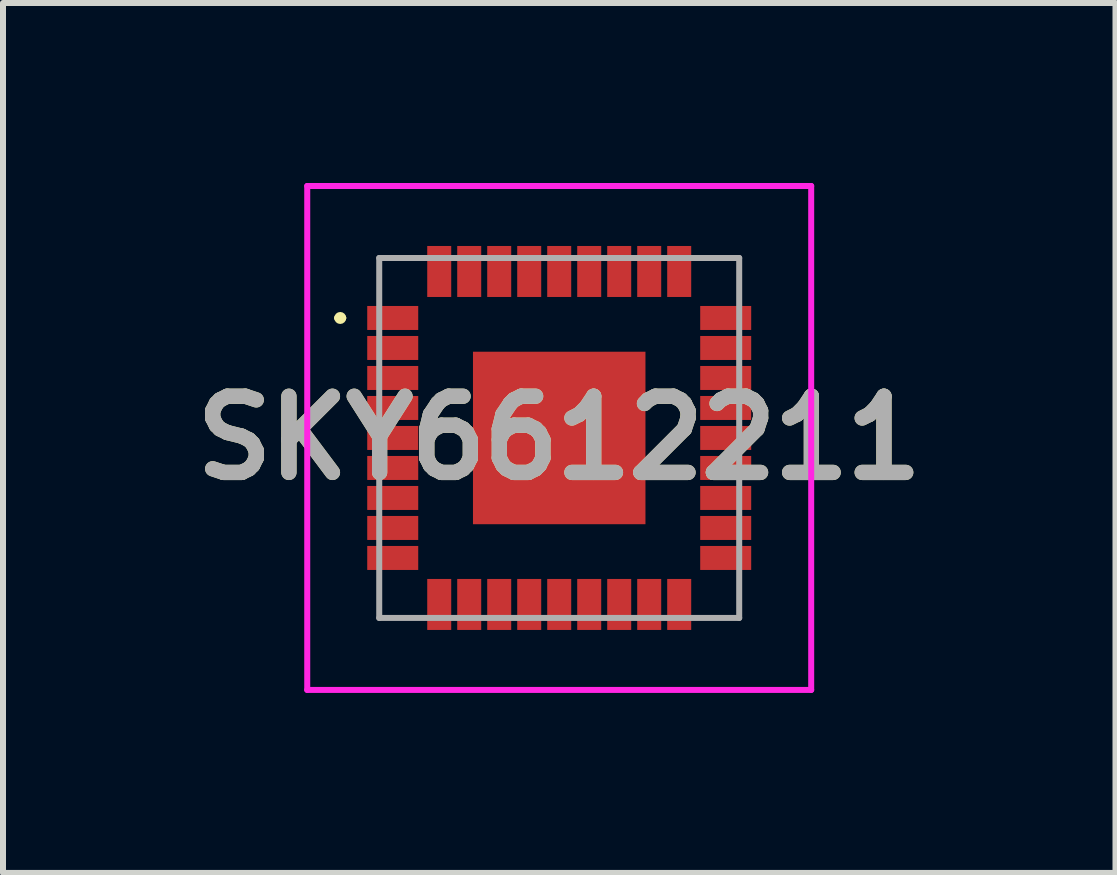
<source format=kicad_pcb>
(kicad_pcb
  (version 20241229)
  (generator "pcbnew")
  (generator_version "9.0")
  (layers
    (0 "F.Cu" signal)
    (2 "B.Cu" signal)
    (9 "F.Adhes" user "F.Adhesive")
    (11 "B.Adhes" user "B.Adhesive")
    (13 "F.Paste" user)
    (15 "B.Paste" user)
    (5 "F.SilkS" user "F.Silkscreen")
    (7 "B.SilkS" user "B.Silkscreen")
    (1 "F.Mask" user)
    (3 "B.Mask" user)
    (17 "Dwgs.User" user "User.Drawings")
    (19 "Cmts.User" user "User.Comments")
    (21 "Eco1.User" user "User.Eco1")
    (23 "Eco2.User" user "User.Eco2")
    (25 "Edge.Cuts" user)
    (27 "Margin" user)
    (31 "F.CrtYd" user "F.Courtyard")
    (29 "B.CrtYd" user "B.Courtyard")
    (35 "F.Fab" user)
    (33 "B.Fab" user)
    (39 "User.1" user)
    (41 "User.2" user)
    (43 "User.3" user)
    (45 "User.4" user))
  (footprint "SKY6612211"
    (layer "F.Cu")
    (at 6.271 4.25)
    (property "Reference" "SKY6612211" (at 0 0 0) (layer "F.SilkS") (effects (font (size 1.27 1.27) (thickness 0.254))))
    (attr smd)
    (fp_line (start -3.7 -2) (end -3.7 -2) (stroke (width 0.1) (type solid)) (layer "F.SilkS"))
    (fp_line (start -3.6 -2) (end -3.6 -2) (stroke (width 0.1) (type solid)) (layer "F.SilkS"))
    (fp_arc (start -3.7 -2) (mid -3.65 -2.05) (end -3.6 -2) (stroke (width 0.1) (type solid)) (layer "F.SilkS"))
    (fp_arc (start -3.6 -2) (mid -3.65 -1.95) (end -3.7 -2) (stroke (width 0.1) (type solid)) (layer "F.SilkS"))
    (fp_line (start -4.2 -4.2) (end 4.2 -4.2) (stroke (width 0.1) (type solid)) (layer "F.CrtYd"))
    (fp_line (start -4.2 4.2) (end -4.2 -4.2) (stroke (width 0.1) (type solid)) (layer "F.CrtYd"))
    (fp_line (start 4.2 -4.2) (end 4.2 4.2) (stroke (width 0.1) (type solid)) (layer "F.CrtYd"))
    (fp_line (start 4.2 4.2) (end -4.2 4.2) (stroke (width 0.1) (type solid)) (layer "F.CrtYd"))
    (fp_line (start -3 -3) (end 3 -3) (stroke (width 0.1) (type solid)) (layer "F.Fab"))
    (fp_line (start -3 3) (end -3 -3) (stroke (width 0.1) (type solid)) (layer "F.Fab"))
    (fp_line (start 3 -3) (end 3 3) (stroke (width 0.1) (type solid)) (layer "F.Fab"))
    (fp_line (start 3 3) (end -3 3) (stroke (width 0.1) (type solid)) (layer "F.Fab"))
    (fp_text user "${REFERENCE}" (at 0 0 0) (layer "F.Fab") (effects (font (size 1.27 1.27) (thickness 0.254))))
    (pad "1" smd rect (at -2.775 -2 90) (size 0.4 0.85) (layers "F.Cu" "F.Mask" "F.Paste"))
    (pad "2" smd rect (at -2.775 -1.5 90) (size 0.4 0.85) (layers "F.Cu" "F.Mask" "F.Paste"))
    (pad "3" smd rect (at -2.775 -1 90) (size 0.4 0.85) (layers "F.Cu" "F.Mask" "F.Paste"))
    (pad "4" smd rect (at -2.775 -0.5 90) (size 0.4 0.85) (layers "F.Cu" "F.Mask" "F.Paste"))
    (pad "5" smd rect (at -2.775 0 90) (size 0.4 0.85) (layers "F.Cu" "F.Mask" "F.Paste"))
    (pad "6" smd rect (at -2.775 0.5 90) (size 0.4 0.85) (layers "F.Cu" "F.Mask" "F.Paste"))
    (pad "7" smd rect (at -2.775 1 90) (size 0.4 0.85) (layers "F.Cu" "F.Mask" "F.Paste"))
    (pad "8" smd rect (at -2.775 1.5 90) (size 0.4 0.85) (layers "F.Cu" "F.Mask" "F.Paste"))
    (pad "9" smd rect (at -2.775 2 90) (size 0.4 0.85) (layers "F.Cu" "F.Mask" "F.Paste"))
    (pad "10" smd rect (at -2 2.775) (size 0.4 0.85) (layers "F.Cu" "F.Mask" "F.Paste"))
    (pad "11" smd rect (at -1.5 2.775) (size 0.4 0.85) (layers "F.Cu" "F.Mask" "F.Paste"))
    (pad "12" smd rect (at -1 2.775) (size 0.4 0.85) (layers "F.Cu" "F.Mask" "F.Paste"))
    (pad "13" smd rect (at -0.5 2.775) (size 0.4 0.85) (layers "F.Cu" "F.Mask" "F.Paste"))
    (pad "14" smd rect (at 0 2.775) (size 0.4 0.85) (layers "F.Cu" "F.Mask" "F.Paste"))
    (pad "15" smd rect (at 0.5 2.775) (size 0.4 0.85) (layers "F.Cu" "F.Mask" "F.Paste"))
    (pad "16" smd rect (at 1 2.775) (size 0.4 0.85) (layers "F.Cu" "F.Mask" "F.Paste"))
    (pad "17" smd rect (at 1.5 2.775) (size 0.4 0.85) (layers "F.Cu" "F.Mask" "F.Paste"))
    (pad "18" smd rect (at 2 2.775) (size 0.4 0.85) (layers "F.Cu" "F.Mask" "F.Paste"))
    (pad "19" smd rect (at 2.775 2 90) (size 0.4 0.85) (layers "F.Cu" "F.Mask" "F.Paste"))
    (pad "20" smd rect (at 2.775 1.5 90) (size 0.4 0.85) (layers "F.Cu" "F.Mask" "F.Paste"))
    (pad "21" smd rect (at 2.775 1 90) (size 0.4 0.85) (layers "F.Cu" "F.Mask" "F.Paste"))
    (pad "22" smd rect (at 2.775 0.5 90) (size 0.4 0.85) (layers "F.Cu" "F.Mask" "F.Paste"))
    (pad "23" smd rect (at 2.775 0 90) (size 0.4 0.85) (layers "F.Cu" "F.Mask" "F.Paste"))
    (pad "24" smd rect (at 2.775 -0.5 90) (size 0.4 0.85) (layers "F.Cu" "F.Mask" "F.Paste"))
    (pad "25" smd rect (at 2.775 -1 90) (size 0.4 0.85) (layers "F.Cu" "F.Mask" "F.Paste"))
    (pad "26" smd rect (at 2.775 -1.5 90) (size 0.4 0.85) (layers "F.Cu" "F.Mask" "F.Paste"))
    (pad "27" smd rect (at 2.775 -2 90) (size 0.4 0.85) (layers "F.Cu" "F.Mask" "F.Paste"))
    (pad "28" smd rect (at 2 -2.775) (size 0.4 0.85) (layers "F.Cu" "F.Mask" "F.Paste"))
    (pad "29" smd rect (at 1.5 -2.775) (size 0.4 0.85) (layers "F.Cu" "F.Mask" "F.Paste"))
    (pad "30" smd rect (at 1 -2.775) (size 0.4 0.85) (layers "F.Cu" "F.Mask" "F.Paste"))
    (pad "31" smd rect (at 0.5 -2.775) (size 0.4 0.85) (layers "F.Cu" "F.Mask" "F.Paste"))
    (pad "32" smd rect (at 0 -2.775) (size 0.4 0.85) (layers "F.Cu" "F.Mask" "F.Paste"))
    (pad "33" smd rect (at -0.5 -2.775) (size 0.4 0.85) (layers "F.Cu" "F.Mask" "F.Paste"))
    (pad "34" smd rect (at -1 -2.775) (size 0.4 0.85) (layers "F.Cu" "F.Mask" "F.Paste"))
    (pad "35" smd rect (at -1.5 -2.775) (size 0.4 0.85) (layers "F.Cu" "F.Mask" "F.Paste"))
    (pad "36" smd rect (at -2 -2.775) (size 0.4 0.85) (layers "F.Cu" "F.Mask" "F.Paste"))
    (pad "37" smd rect (at 0 0) (size 2.875 2.875) (layers "F.Cu" "F.Mask" "F.Paste")))
  (gr_rect
    (start -3 -3)
    (end 15.543 11.5)
    (stroke (width 0.1) (type default))
    (fill no)
    (layer "Edge.Cuts")))
</source>
